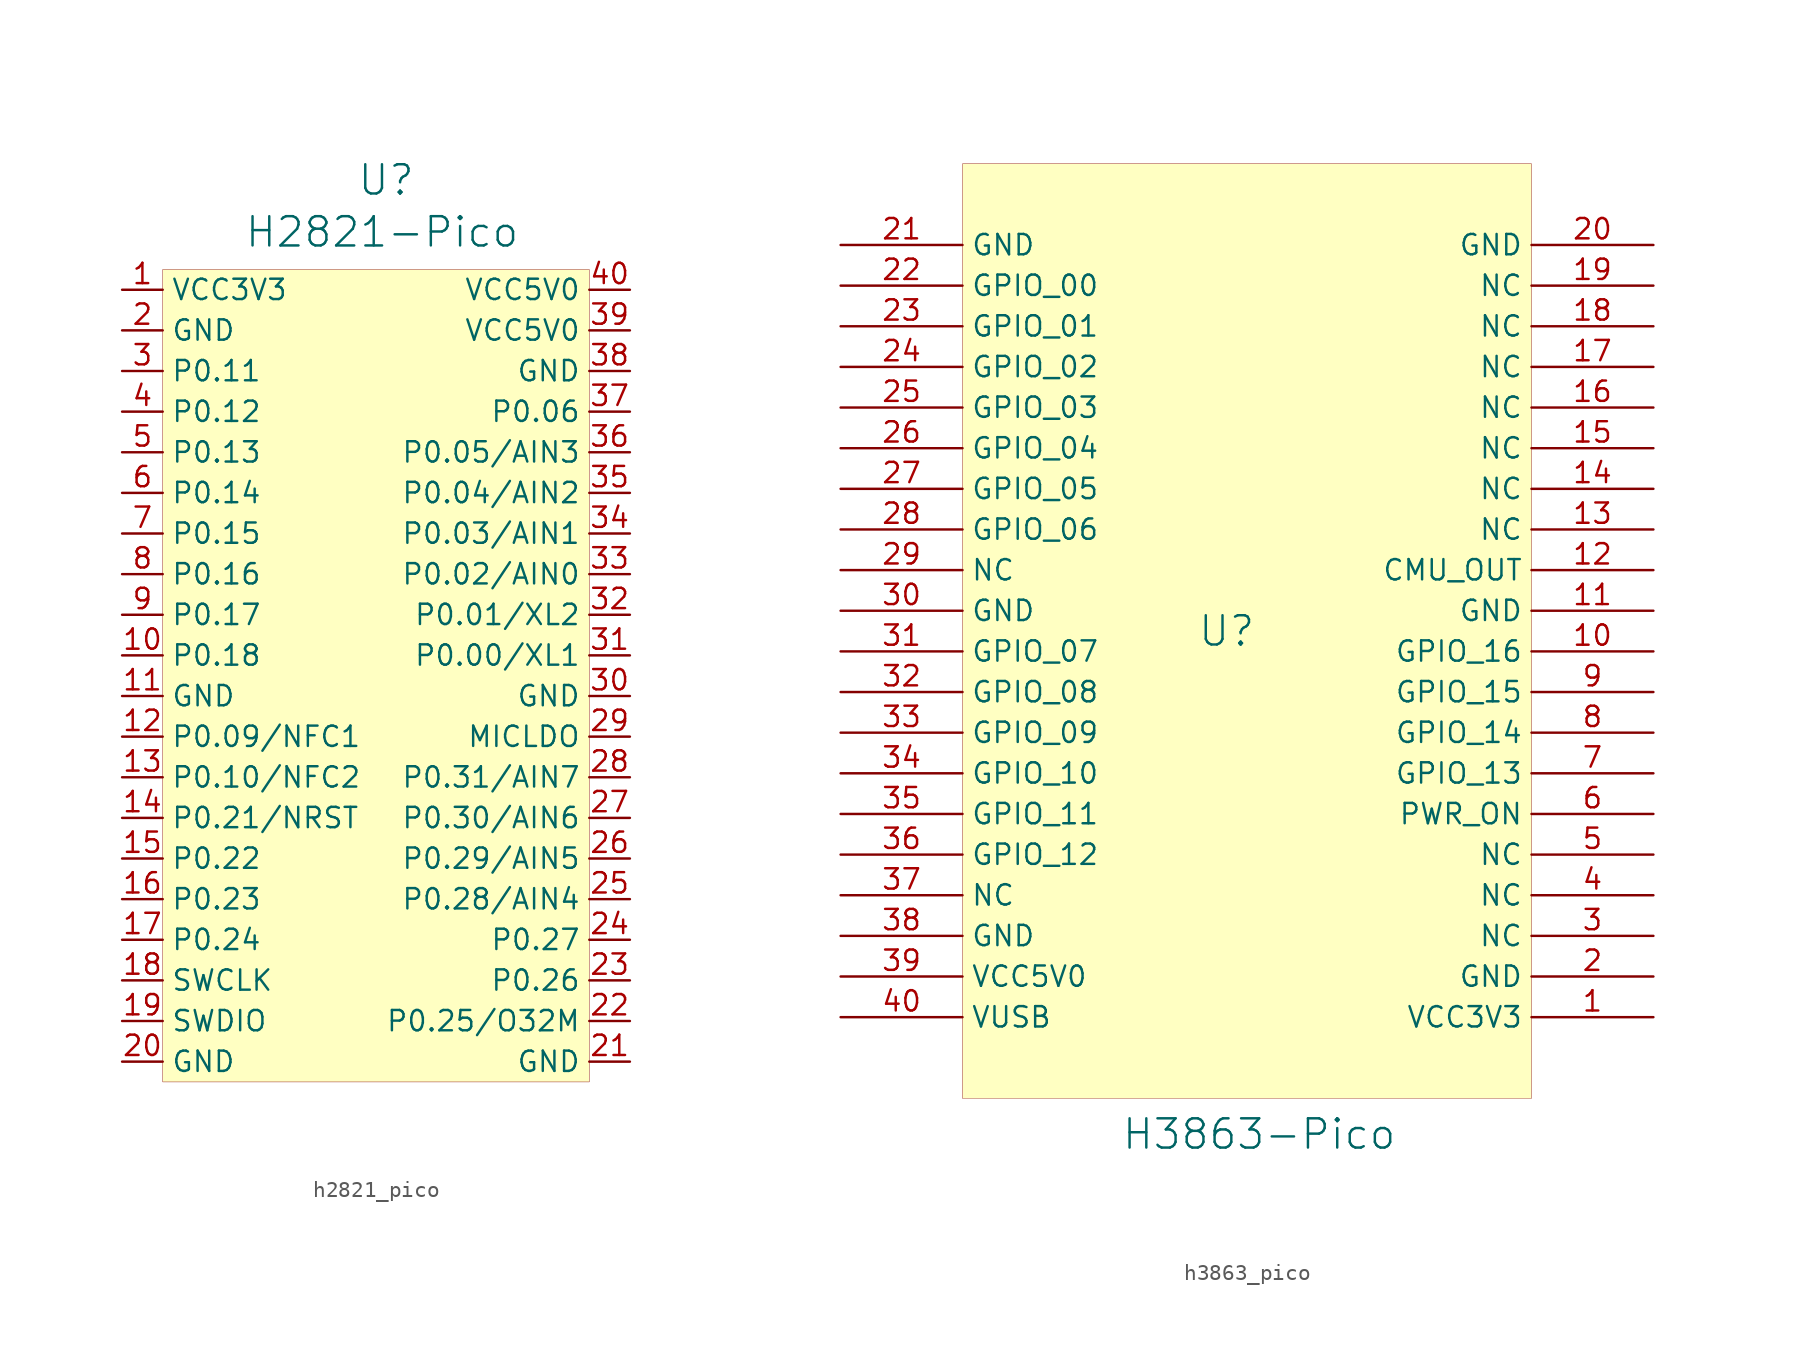
<source format=kicad_sym>
(kicad_symbol_lib
  (version 20231120)
  (generator "kicad_symbol_editor")
  (generator_version "8.0")
  (symbol "h2821_pico"
    (property "Reference" "U"
      (at 0 32.258 0)
      (effects (font (size 1.829 1.829))))
    (property "Value" "H2821-Pico"
      (at -8.89 27.94 0)
      (effects (font (size 1.829 1.829)) (justify left bottom)))
    (symbol "h2821_pico_1_0"
      (rectangle (start -13.97 26.67) (end 12.7 -24.13) (stroke (width 0.025) (type solid)) (fill (type background)))
      (pin bidirectional line (at -16.51 25.4 0) (length 2.54) (name "VCC3V3" (effects (font (size 1.27 1.27)))) (number "1" (effects (font (size 1.27 1.27)))))
      (pin bidirectional line (at -16.51 2.54 0) (length 2.54) (name "P0.18" (effects (font (size 1.27 1.27)))) (number "10" (effects (font (size 1.27 1.27)))))
      (pin bidirectional line (at -16.51 0 0) (length 2.54) (name "GND" (effects (font (size 1.27 1.27)))) (number "11" (effects (font (size 1.27 1.27)))))
      (pin bidirectional line (at -16.51 -2.54 0) (length 2.54) (name "P0.09/NFC1" (effects (font (size 1.27 1.27)))) (number "12" (effects (font (size 1.27 1.27)))))
      (pin bidirectional line (at -16.51 -5.08 0) (length 2.54) (name "P0.10/NFC2" (effects (font (size 1.27 1.27)))) (number "13" (effects (font (size 1.27 1.27)))))
      (pin bidirectional line (at -16.51 -7.62 0) (length 2.54) (name "P0.21/NRST" (effects (font (size 1.27 1.27)))) (number "14" (effects (font (size 1.27 1.27)))))
      (pin bidirectional line (at -16.51 -10.16 0) (length 2.54) (name "P0.22" (effects (font (size 1.27 1.27)))) (number "15" (effects (font (size 1.27 1.27)))))
      (pin bidirectional line (at -16.51 -12.7 0) (length 2.54) (name "P0.23" (effects (font (size 1.27 1.27)))) (number "16" (effects (font (size 1.27 1.27)))))
      (pin bidirectional line (at -16.51 -15.24 0) (length 2.54) (name "P0.24" (effects (font (size 1.27 1.27)))) (number "17" (effects (font (size 1.27 1.27)))))
      (pin input line (at -16.51 -17.78 0) (length 2.54) (name "SWCLK" (effects (font (size 1.27 1.27)))) (number "18" (effects (font (size 1.27 1.27)))))
      (pin bidirectional line (at -16.51 -20.32 0) (length 2.54) (name "SWDIO" (effects (font (size 1.27 1.27)))) (number "19" (effects (font (size 1.27 1.27)))))
      (pin bidirectional line (at -16.51 22.86 0) (length 2.54) (name "GND" (effects (font (size 1.27 1.27)))) (number "2" (effects (font (size 1.27 1.27)))))
      (pin bidirectional line (at -16.51 -22.86 0) (length 2.54) (name "GND" (effects (font (size 1.27 1.27)))) (number "20" (effects (font (size 1.27 1.27)))))
      (pin bidirectional line (at 15.24 -22.86 180) (length 2.54) (name "GND" (effects (font (size 1.27 1.27)))) (number "21" (effects (font (size 1.27 1.27)))))
      (pin bidirectional line (at 15.24 -20.32 180) (length 2.54) (name "P0.25/O32M" (effects (font (size 1.27 1.27)))) (number "22" (effects (font (size 1.27 1.27)))))
      (pin bidirectional line (at 15.24 -17.78 180) (length 2.54) (name "P0.26" (effects (font (size 1.27 1.27)))) (number "23" (effects (font (size 1.27 1.27)))))
      (pin bidirectional line (at 15.24 -15.24 180) (length 2.54) (name "P0.27" (effects (font (size 1.27 1.27)))) (number "24" (effects (font (size 1.27 1.27)))))
      (pin bidirectional line (at 15.24 -12.7 180) (length 2.54) (name "P0.28/AIN4" (effects (font (size 1.27 1.27)))) (number "25" (effects (font (size 1.27 1.27)))))
      (pin bidirectional line (at 15.24 -10.16 180) (length 2.54) (name "P0.29/AIN5" (effects (font (size 1.27 1.27)))) (number "26" (effects (font (size 1.27 1.27)))))
      (pin bidirectional line (at 15.24 -7.62 180) (length 2.54) (name "P0.30/AIN6" (effects (font (size 1.27 1.27)))) (number "27" (effects (font (size 1.27 1.27)))))
      (pin bidirectional line (at 15.24 -5.08 180) (length 2.54) (name "P0.31/AIN7" (effects (font (size 1.27 1.27)))) (number "28" (effects (font (size 1.27 1.27)))))
      (pin output line (at 15.24 -2.54 180) (length 2.54) (name "MICLDO" (effects (font (size 1.27 1.27)))) (number "29" (effects (font (size 1.27 1.27)))))
      (pin bidirectional line (at -16.51 20.32 0) (length 2.54) (name "P0.11" (effects (font (size 1.27 1.27)))) (number "3" (effects (font (size 1.27 1.27)))))
      (pin bidirectional line (at 15.24 0 180) (length 2.54) (name "GND" (effects (font (size 1.27 1.27)))) (number "30" (effects (font (size 1.27 1.27)))))
      (pin bidirectional line (at 15.24 2.54 180) (length 2.54) (name "P0.00/XL1" (effects (font (size 1.27 1.27)))) (number "31" (effects (font (size 1.27 1.27)))))
      (pin bidirectional line (at 15.24 5.08 180) (length 2.54) (name "P0.01/XL2" (effects (font (size 1.27 1.27)))) (number "32" (effects (font (size 1.27 1.27)))))
      (pin bidirectional line (at 15.24 7.62 180) (length 2.54) (name "P0.02/AIN0" (effects (font (size 1.27 1.27)))) (number "33" (effects (font (size 1.27 1.27)))))
      (pin bidirectional line (at 15.24 10.16 180) (length 2.54) (name "P0.03/AIN1" (effects (font (size 1.27 1.27)))) (number "34" (effects (font (size 1.27 1.27)))))
      (pin bidirectional line (at 15.24 12.7 180) (length 2.54) (name "P0.04/AIN2" (effects (font (size 1.27 1.27)))) (number "35" (effects (font (size 1.27 1.27)))))
      (pin bidirectional line (at 15.24 15.24 180) (length 2.54) (name "P0.05/AIN3" (effects (font (size 1.27 1.27)))) (number "36" (effects (font (size 1.27 1.27)))))
      (pin bidirectional line (at 15.24 17.78 180) (length 2.54) (name "P0.06" (effects (font (size 1.27 1.27)))) (number "37" (effects (font (size 1.27 1.27)))))
      (pin bidirectional line (at 15.24 20.32 180) (length 2.54) (name "GND" (effects (font (size 1.27 1.27)))) (number "38" (effects (font (size 1.27 1.27)))))
      (pin bidirectional line (at 15.24 22.86 180) (length 2.54) (name "VCC5V0" (effects (font (size 1.27 1.27)))) (number "39" (effects (font (size 1.27 1.27)))))
      (pin bidirectional line (at -16.51 17.78 0) (length 2.54) (name "P0.12" (effects (font (size 1.27 1.27)))) (number "4" (effects (font (size 1.27 1.27)))))
      (pin bidirectional line (at 15.24 25.4 180) (length 2.54) (name "VCC5V0" (effects (font (size 1.27 1.27)))) (number "40" (effects (font (size 1.27 1.27)))))
      (pin bidirectional line (at -16.51 15.24 0) (length 2.54) (name "P0.13" (effects (font (size 1.27 1.27)))) (number "5" (effects (font (size 1.27 1.27)))))
      (pin bidirectional line (at -16.51 12.7 0) (length 2.54) (name "P0.14" (effects (font (size 1.27 1.27)))) (number "6" (effects (font (size 1.27 1.27)))))
      (pin bidirectional line (at -16.51 10.16 0) (length 2.54) (name "P0.15" (effects (font (size 1.27 1.27)))) (number "7" (effects (font (size 1.27 1.27)))))
      (pin bidirectional line (at -16.51 7.62 0) (length 2.54) (name "P0.16" (effects (font (size 1.27 1.27)))) (number "8" (effects (font (size 1.27 1.27)))))
      (pin bidirectional line (at -16.51 5.08 0) (length 2.54) (name "P0.17" (effects (font (size 1.27 1.27)))) (number "9" (effects (font (size 1.27 1.27)))))))
  (symbol "h3863_pico"
    (property "Reference" "U"
      (at -1.27 1.27 0)
      (effects (font (size 1.829 1.829))))
    (property "Value" "H3863-Pico"
      (at -7.874 -31.242 0)
      (effects (font (size 1.829 1.829)) (justify left bottom)))
    (symbol "h3863_pico_1_0"
      (rectangle (start 17.78 30.48) (end -17.78 -27.94) (stroke (width 0.025) (type solid)) (fill (type background)))
      (pin passive line (at 25.4 -22.86 180) (length 7.62) (name "VCC3V3" (effects (font (size 1.27 1.27)))) (number "1" (effects (font (size 1.27 1.27)))))
      (pin passive line (at 25.4 0 180) (length 7.62) (name "GPIO_16" (effects (font (size 1.27 1.27)))) (number "10" (effects (font (size 1.27 1.27)))))
      (pin passive line (at 25.4 2.54 180) (length 7.62) (name "GND" (effects (font (size 1.27 1.27)))) (number "11" (effects (font (size 1.27 1.27)))))
      (pin passive line (at 25.4 5.08 180) (length 7.62) (name "CMU_OUT" (effects (font (size 1.27 1.27)))) (number "12" (effects (font (size 1.27 1.27)))))
      (pin passive line (at 25.4 7.62 180) (length 7.62) (name "NC" (effects (font (size 1.27 1.27)))) (number "13" (effects (font (size 1.27 1.27)))))
      (pin passive line (at 25.4 10.16 180) (length 7.62) (name "NC" (effects (font (size 1.27 1.27)))) (number "14" (effects (font (size 1.27 1.27)))))
      (pin passive line (at 25.4 12.7 180) (length 7.62) (name "NC" (effects (font (size 1.27 1.27)))) (number "15" (effects (font (size 1.27 1.27)))))
      (pin passive line (at 25.4 15.24 180) (length 7.62) (name "NC" (effects (font (size 1.27 1.27)))) (number "16" (effects (font (size 1.27 1.27)))))
      (pin passive line (at 25.4 17.78 180) (length 7.62) (name "NC" (effects (font (size 1.27 1.27)))) (number "17" (effects (font (size 1.27 1.27)))))
      (pin passive line (at 25.4 20.32 180) (length 7.62) (name "NC" (effects (font (size 1.27 1.27)))) (number "18" (effects (font (size 1.27 1.27)))))
      (pin passive line (at 25.4 22.86 180) (length 7.62) (name "NC" (effects (font (size 1.27 1.27)))) (number "19" (effects (font (size 1.27 1.27)))))
      (pin passive line (at 25.4 -20.32 180) (length 7.62) (name "GND" (effects (font (size 1.27 1.27)))) (number "2" (effects (font (size 1.27 1.27)))))
      (pin passive line (at 25.4 25.4 180) (length 7.62) (name "GND" (effects (font (size 1.27 1.27)))) (number "20" (effects (font (size 1.27 1.27)))))
      (pin passive line (at -25.4 25.4 0) (length 7.62) (name "GND" (effects (font (size 1.27 1.27)))) (number "21" (effects (font (size 1.27 1.27)))))
      (pin passive line (at -25.4 22.86 0) (length 7.62) (name "GPIO_00" (effects (font (size 1.27 1.27)))) (number "22" (effects (font (size 1.27 1.27)))))
      (pin passive line (at -25.4 20.32 0) (length 7.62) (name "GPIO_01" (effects (font (size 1.27 1.27)))) (number "23" (effects (font (size 1.27 1.27)))))
      (pin passive line (at -25.4 17.78 0) (length 7.62) (name "GPIO_02" (effects (font (size 1.27 1.27)))) (number "24" (effects (font (size 1.27 1.27)))))
      (pin passive line (at -25.4 15.24 0) (length 7.62) (name "GPIO_03" (effects (font (size 1.27 1.27)))) (number "25" (effects (font (size 1.27 1.27)))))
      (pin passive line (at -25.4 12.7 0) (length 7.62) (name "GPIO_04" (effects (font (size 1.27 1.27)))) (number "26" (effects (font (size 1.27 1.27)))))
      (pin passive line (at -25.4 10.16 0) (length 7.62) (name "GPIO_05" (effects (font (size 1.27 1.27)))) (number "27" (effects (font (size 1.27 1.27)))))
      (pin passive line (at -25.4 7.62 0) (length 7.62) (name "GPIO_06" (effects (font (size 1.27 1.27)))) (number "28" (effects (font (size 1.27 1.27)))))
      (pin passive line (at -25.4 5.08 0) (length 7.62) (name "NC" (effects (font (size 1.27 1.27)))) (number "29" (effects (font (size 1.27 1.27)))))
      (pin passive line (at 25.4 -17.78 180) (length 7.62) (name "NC" (effects (font (size 1.27 1.27)))) (number "3" (effects (font (size 1.27 1.27)))))
      (pin passive line (at -25.4 2.54 0) (length 7.62) (name "GND" (effects (font (size 1.27 1.27)))) (number "30" (effects (font (size 1.27 1.27)))))
      (pin passive line (at -25.4 0 0) (length 7.62) (name "GPIO_07" (effects (font (size 1.27 1.27)))) (number "31" (effects (font (size 1.27 1.27)))))
      (pin passive line (at -25.4 -2.54 0) (length 7.62) (name "GPIO_08" (effects (font (size 1.27 1.27)))) (number "32" (effects (font (size 1.27 1.27)))))
      (pin passive line (at -25.4 -5.08 0) (length 7.62) (name "GPIO_09" (effects (font (size 1.27 1.27)))) (number "33" (effects (font (size 1.27 1.27)))))
      (pin passive line (at -25.4 -7.62 0) (length 7.62) (name "GPIO_10" (effects (font (size 1.27 1.27)))) (number "34" (effects (font (size 1.27 1.27)))))
      (pin passive line (at -25.4 -10.16 0) (length 7.62) (name "GPIO_11" (effects (font (size 1.27 1.27)))) (number "35" (effects (font (size 1.27 1.27)))))
      (pin passive line (at -25.4 -12.7 0) (length 7.62) (name "GPIO_12" (effects (font (size 1.27 1.27)))) (number "36" (effects (font (size 1.27 1.27)))))
      (pin passive line (at -25.4 -15.24 0) (length 7.62) (name "NC" (effects (font (size 1.27 1.27)))) (number "37" (effects (font (size 1.27 1.27)))))
      (pin passive line (at -25.4 -17.78 0) (length 7.62) (name "GND" (effects (font (size 1.27 1.27)))) (number "38" (effects (font (size 1.27 1.27)))))
      (pin passive line (at -25.4 -20.32 0) (length 7.62) (name "VCC5V0" (effects (font (size 1.27 1.27)))) (number "39" (effects (font (size 1.27 1.27)))))
      (pin passive line (at 25.4 -15.24 180) (length 7.62) (name "NC" (effects (font (size 1.27 1.27)))) (number "4" (effects (font (size 1.27 1.27)))))
      (pin passive line (at -25.4 -22.86 0) (length 7.62) (name "VUSB" (effects (font (size 1.27 1.27)))) (number "40" (effects (font (size 1.27 1.27)))))
      (pin passive line (at 25.4 -12.7 180) (length 7.62) (name "NC" (effects (font (size 1.27 1.27)))) (number "5" (effects (font (size 1.27 1.27)))))
      (pin passive line (at 25.4 -10.16 180) (length 7.62) (name "PWR_ON" (effects (font (size 1.27 1.27)))) (number "6" (effects (font (size 1.27 1.27)))))
      (pin passive line (at 25.4 -7.62 180) (length 7.62) (name "GPIO_13" (effects (font (size 1.27 1.27)))) (number "7" (effects (font (size 1.27 1.27)))))
      (pin passive line (at 25.4 -5.08 180) (length 7.62) (name "GPIO_14" (effects (font (size 1.27 1.27)))) (number "8" (effects (font (size 1.27 1.27)))))
      (pin passive line (at 25.4 -2.54 180) (length 7.62) (name "GPIO_15" (effects (font (size 1.27 1.27)))) (number "9" (effects (font (size 1.27 1.27))))))))
</source>
